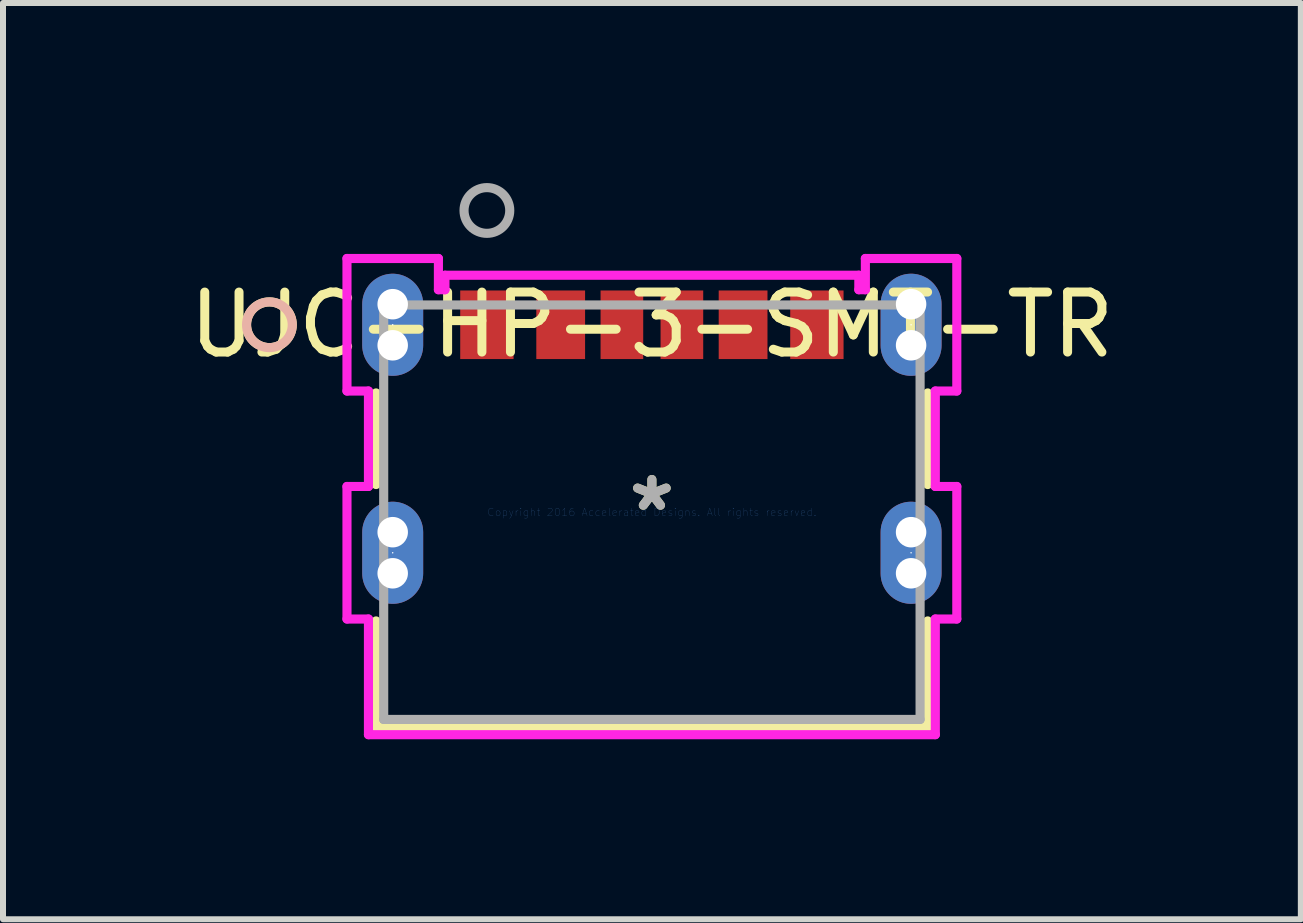
<source format=kicad_pcb>
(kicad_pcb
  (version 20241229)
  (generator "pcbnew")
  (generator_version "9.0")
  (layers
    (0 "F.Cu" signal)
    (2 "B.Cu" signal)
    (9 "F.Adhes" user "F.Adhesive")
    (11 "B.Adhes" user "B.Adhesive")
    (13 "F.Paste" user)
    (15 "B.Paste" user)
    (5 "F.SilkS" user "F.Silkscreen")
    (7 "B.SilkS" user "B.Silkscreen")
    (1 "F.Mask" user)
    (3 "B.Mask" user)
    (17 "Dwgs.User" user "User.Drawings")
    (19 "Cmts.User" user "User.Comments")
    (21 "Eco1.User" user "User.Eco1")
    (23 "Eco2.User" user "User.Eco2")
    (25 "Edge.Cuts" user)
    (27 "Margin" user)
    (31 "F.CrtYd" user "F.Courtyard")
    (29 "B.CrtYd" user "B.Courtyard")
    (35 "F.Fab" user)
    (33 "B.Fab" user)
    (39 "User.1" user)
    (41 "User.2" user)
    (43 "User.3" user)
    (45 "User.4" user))
  (footprint "UJC-HP-3-SMT-TR"
    (layer "F.Cu")
    (at 7.815 5.487)
    (property "Reference" "UJC-HP-3-SMT-TR" (at 0 -3.124 0) (layer "F.SilkS") (effects (font (size 1 1) (thickness 0.15))))
    (attr through_hole)
    (fp_line (start -4.597 -1.988) (end -4.597 -0.461) (stroke (width 0.152) (type solid)) (layer "F.SilkS"))
    (fp_line (start -4.597 1.812) (end -4.597 3.581) (stroke (width 0.152) (type solid)) (layer "F.SilkS"))
    (fp_line (start -4.597 3.581) (end 4.597 3.581) (stroke (width 0.152) (type solid)) (layer "F.SilkS"))
    (fp_line (start 4.597 -0.461) (end 4.597 -1.988) (stroke (width 0.152) (type solid)) (layer "F.SilkS"))
    (fp_line (start 4.597 3.581) (end 4.597 1.812) (stroke (width 0.152) (type solid)) (layer "F.SilkS"))
    (fp_circle (center -6.375 -3.124) (end -5.994 -3.124) (stroke (width 0.152) (type solid)) (fill no) (layer "F.SilkS"))
    (fp_circle (center -6.375 -3.124) (end -5.994 -3.124) (stroke (width 0.152) (type solid)) (fill no) (layer "B.SilkS"))
    (fp_line (start -5.082 -4.229) (end -5.082 -2.02) (stroke (width 0.152) (type solid)) (layer "F.CrtYd"))
    (fp_line (start -5.082 -2.02) (end -4.724 -2.02) (stroke (width 0.152) (type solid)) (layer "F.CrtYd"))
    (fp_line (start -5.082 -0.429) (end -5.082 1.78) (stroke (width 0.152) (type solid)) (layer "F.CrtYd"))
    (fp_line (start -5.082 1.78) (end -4.724 1.78) (stroke (width 0.152) (type solid)) (layer "F.CrtYd"))
    (fp_line (start -4.724 -2.02) (end -4.724 -0.429) (stroke (width 0.152) (type solid)) (layer "F.CrtYd"))
    (fp_line (start -4.724 -0.429) (end -5.082 -0.429) (stroke (width 0.152) (type solid)) (layer "F.CrtYd"))
    (fp_line (start -4.724 1.78) (end -4.724 3.708) (stroke (width 0.152) (type solid)) (layer "F.CrtYd"))
    (fp_line (start -4.724 3.708) (end 4.724 3.708) (stroke (width 0.152) (type solid)) (layer "F.CrtYd"))
    (fp_line (start -3.558 -4.229) (end -5.082 -4.229) (stroke (width 0.152) (type solid)) (layer "F.CrtYd"))
    (fp_line (start -3.558 -3.708) (end -3.558 -4.229) (stroke (width 0.152) (type solid)) (layer "F.CrtYd"))
    (fp_line (start -3.449 -3.95) (end -3.449 -3.708) (stroke (width 0.152) (type solid)) (layer "F.CrtYd"))
    (fp_line (start -3.449 -3.708) (end -3.558 -3.708) (stroke (width 0.152) (type solid)) (layer "F.CrtYd"))
    (fp_line (start 3.449 -3.95) (end -3.449 -3.95) (stroke (width 0.152) (type solid)) (layer "F.CrtYd"))
    (fp_line (start 3.449 -3.708) (end 3.449 -3.95) (stroke (width 0.152) (type solid)) (layer "F.CrtYd"))
    (fp_line (start 3.558 -4.229) (end 3.558 -3.708) (stroke (width 0.152) (type solid)) (layer "F.CrtYd"))
    (fp_line (start 3.558 -3.708) (end 3.449 -3.708) (stroke (width 0.152) (type solid)) (layer "F.CrtYd"))
    (fp_line (start 4.724 -2.02) (end 5.082 -2.02) (stroke (width 0.152) (type solid)) (layer "F.CrtYd"))
    (fp_line (start 4.724 -0.429) (end 4.724 -2.02) (stroke (width 0.152) (type solid)) (layer "F.CrtYd"))
    (fp_line (start 4.724 1.78) (end 5.082 1.78) (stroke (width 0.152) (type solid)) (layer "F.CrtYd"))
    (fp_line (start 4.724 3.708) (end 4.724 1.78) (stroke (width 0.152) (type solid)) (layer "F.CrtYd"))
    (fp_line (start 5.082 -0.429) (end 4.724 -0.429) (stroke (width 0.152) (type solid)) (layer "F.CrtYd"))
    (fp_line (start 5.082 1.78) (end 5.082 -0.429) (stroke (width 0.152) (type solid)) (layer "F.CrtYd"))
    (fp_line (start 5.082 -4.229) (end 3.558 -4.229) (stroke (width 0.152) (type solid)) (layer "F.CrtYd"))
    (fp_line (start 5.082 -2.02) (end 5.082 -4.229) (stroke (width 0.152) (type solid)) (layer "F.CrtYd"))
    (fp_line (start -4.47 -3.454) (end -4.47 3.454) (stroke (width 0.152) (type solid)) (layer "F.Fab"))
    (fp_line (start -4.47 3.454) (end 4.47 3.454) (stroke (width 0.152) (type solid)) (layer "F.Fab"))
    (fp_line (start 4.47 -3.454) (end -4.47 -3.454) (stroke (width 0.152) (type solid)) (layer "F.Fab"))
    (fp_line (start 4.47 3.454) (end 4.47 -3.454) (stroke (width 0.152) (type solid)) (layer "F.Fab"))
    (fp_circle (center -2.75 -5.029) (end -2.369 -5.029) (stroke (width 0.152) (type solid)) (fill no) (layer "F.Fab"))
    (fp_text user "*" (at 0 0 0) (layer "F.SilkS") (effects (font (size 1 1) (thickness 0.15))))
    (fp_text user "Copyright 2016 Accelerated Designs. All rights reserved." (at 0 0 0) (layer "Cmts.User") (effects (font (size 0.127 0.127) (thickness 0.002))))
    (fp_text user "*" (at 0 0 0) (layer "F.Fab") (effects (font (size 1 1) (thickness 0.15))))
    (pad "" np_thru_hole circle (at -4.32 -3.467) (size 0.508 0.508) (drill 0.508) (layers "*.Cu" "*.Mask"))
    (pad "" np_thru_hole circle (at -4.32 -2.782) (size 0.508 0.508) (drill 0.508) (layers "*.Cu" "*.Mask"))
    (pad "" np_thru_hole circle (at -4.32 0.333) (size 0.508 0.508) (drill 0.508) (layers "*.Cu" "*.Mask"))
    (pad "" np_thru_hole circle (at -4.32 1.018) (size 0.508 0.508) (drill 0.508) (layers "*.Cu" "*.Mask"))
    (pad "" np_thru_hole circle (at 4.32 0.333) (size 0.508 0.508) (drill 0.508) (layers "*.Cu" "*.Mask"))
    (pad "" np_thru_hole circle (at 4.32 1.018) (size 0.508 0.508) (drill 0.508) (layers "*.Cu" "*.Mask"))
    (pad "" np_thru_hole circle (at 4.32 -3.467) (size 0.508 0.508) (drill 0.508) (layers "*.Cu" "*.Mask"))
    (pad "" np_thru_hole circle (at 4.32 -2.782) (size 0.508 0.508) (drill 0.508) (layers "*.Cu" "*.Mask"))
    (pad "1" smd rect (at -2.75 -3.124) (size 0.889 1.143) (layers "F.Cu" "F.Mask" "F.Paste"))
    (pad "2" smd rect (at -1.52 -3.124) (size 0.813 1.143) (layers "F.Cu" "F.Mask" "F.Paste"))
    (pad "3" smd rect (at -0.5 -3.124) (size 0.711 1.143) (layers "F.Cu" "F.Mask" "F.Paste"))
    (pad "4" smd rect (at 0.5 -3.124) (size 0.711 1.143) (layers "F.Cu" "F.Mask" "F.Paste"))
    (pad "5" smd rect (at 1.52 -3.124) (size 0.813 1.143) (layers "F.Cu" "F.Mask" "F.Paste"))
    (pad "6" smd rect (at 2.75 -3.124) (size 0.889 1.143) (layers "F.Cu" "F.Mask" "F.Paste"))
    (pad "7" thru_hole oval (at -4.32 -3.124 90) (size 1.702 1.016) (drill 0.025) (layers "*.Cu" "*.Mask"))
    (pad "8" thru_hole oval (at 4.32 -3.124 90) (size 1.702 1.016) (drill 0.025) (layers "*.Cu" "*.Mask"))
    (pad "9" thru_hole oval (at -4.32 0.676 90) (size 1.702 1.016) (drill 0.025) (layers "*.Cu" "*.Mask"))
    (pad "10" thru_hole oval (at 4.32 0.676 90) (size 1.702 1.016) (drill 0.025) (layers "*.Cu" "*.Mask")))
  (gr_rect
    (start -3 -3)
    (end 18.631 12.271)
    (stroke (width 0.1) (type default))
    (fill no)
    (layer "Edge.Cuts")))
</source>
